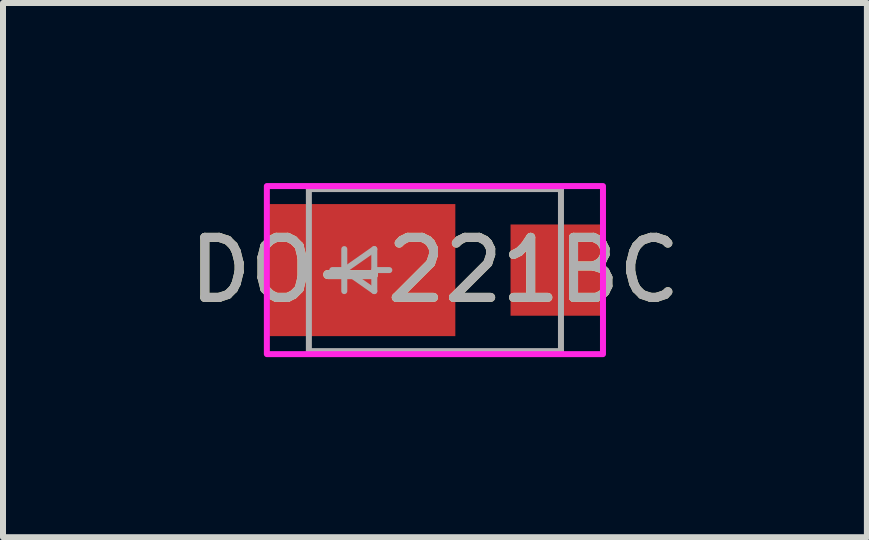
<source format=kicad_pcb>
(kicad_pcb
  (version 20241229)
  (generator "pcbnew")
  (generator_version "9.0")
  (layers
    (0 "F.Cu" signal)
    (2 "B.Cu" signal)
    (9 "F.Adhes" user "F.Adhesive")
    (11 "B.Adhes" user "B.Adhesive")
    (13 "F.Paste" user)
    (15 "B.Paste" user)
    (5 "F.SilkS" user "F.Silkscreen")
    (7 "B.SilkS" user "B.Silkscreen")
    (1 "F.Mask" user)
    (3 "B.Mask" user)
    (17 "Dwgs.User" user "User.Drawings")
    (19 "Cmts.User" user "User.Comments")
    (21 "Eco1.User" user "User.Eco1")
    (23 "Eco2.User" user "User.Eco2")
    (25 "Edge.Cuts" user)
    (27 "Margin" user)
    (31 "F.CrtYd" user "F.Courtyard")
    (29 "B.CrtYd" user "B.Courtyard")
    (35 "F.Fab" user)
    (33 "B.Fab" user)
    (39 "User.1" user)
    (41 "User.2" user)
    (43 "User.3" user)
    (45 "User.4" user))
  (footprint "DO-221BC"
    (layer "F.Cu")
    (at 4.196 1.45)
    (property "Reference" "DO-221BC" (at 0 0 0) (layer "F.SilkS") (effects (font (size 1 1) (thickness 0.15))))
    (attr through_hole)
    (fp_rect (start -2.8 -1.4) (end 2.8 1.4) (stroke (width 0.1) (type default)) (fill no) (layer "F.CrtYd"))
    (fp_line (start -2.1 -1.35) (end -2.1 1.35) (stroke (width 0.1) (type solid)) (layer "F.Fab"))
    (fp_line (start -2.1 -1.35) (end 2.1 -1.35) (stroke (width 0.1) (type solid)) (layer "F.Fab"))
    (fp_line (start -2.1 1.35) (end 2.1 1.35) (stroke (width 0.1) (type solid)) (layer "F.Fab"))
    (fp_line (start -1.51 -0.35) (end -1.51 0.35) (stroke (width 0.1) (type solid)) (layer "F.Fab"))
    (fp_line (start -1.51 0) (end -1.71 0) (stroke (width 0.1) (type solid)) (layer "F.Fab"))
    (fp_line (start -1.51 0) (end -1.01 -0.35) (stroke (width 0.1) (type solid)) (layer "F.Fab"))
    (fp_line (start -1.01 -0.35) (end -1.01 0.35) (stroke (width 0.1) (type solid)) (layer "F.Fab"))
    (fp_line (start -1.01 0) (end -0.76 0) (stroke (width 0.1) (type solid)) (layer "F.Fab"))
    (fp_line (start -1.01 0.35) (end -1.51 0) (stroke (width 0.1) (type solid)) (layer "F.Fab"))
    (fp_line (start 2.1 -1.35) (end 2.1 1.35) (stroke (width 0.1) (type solid)) (layer "F.Fab"))
    (fp_text user "${REFERENCE}" (at 0 0 0) (layer "F.Fab") (effects (font (size 1 1) (thickness 0.15))))
    (pad "1" smd rect (at -1.21 0 180) (size 3.1 2.2) (layers "F.Cu" "F.Mask" "F.Paste"))
    (pad "2" smd rect (at 2.01 0 180) (size 1.5 1.52) (layers "F.Cu" "F.Mask" "F.Paste")))
  (gr_rect
    (start -3 -3)
    (end 11.393 5.9)
    (stroke (width 0.1) (type default))
    (fill no)
    (layer "Edge.Cuts")))
</source>
